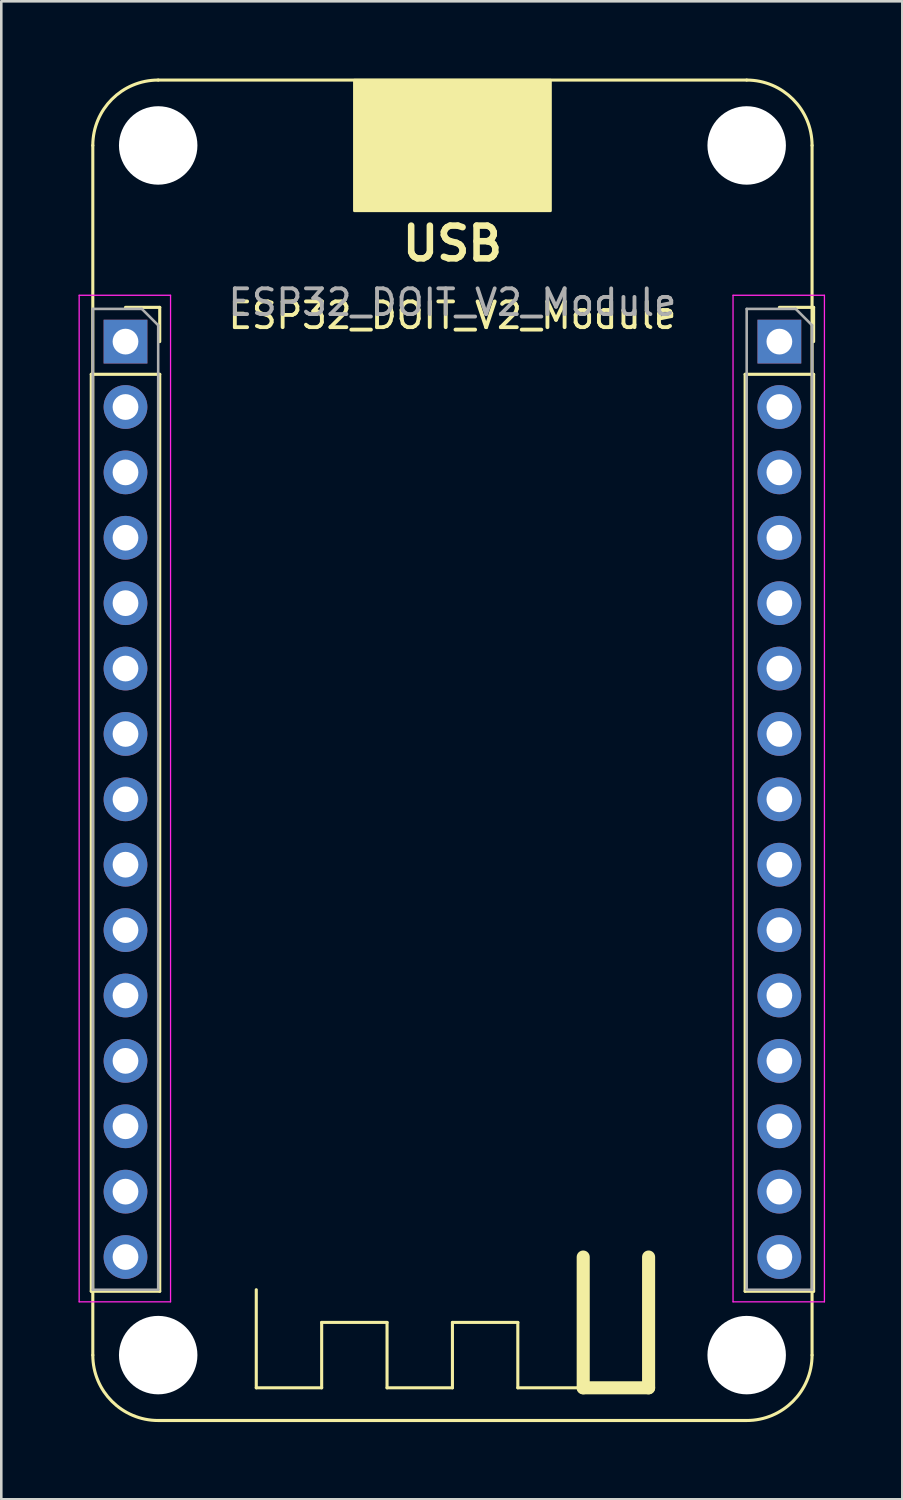
<source format=kicad_pcb>
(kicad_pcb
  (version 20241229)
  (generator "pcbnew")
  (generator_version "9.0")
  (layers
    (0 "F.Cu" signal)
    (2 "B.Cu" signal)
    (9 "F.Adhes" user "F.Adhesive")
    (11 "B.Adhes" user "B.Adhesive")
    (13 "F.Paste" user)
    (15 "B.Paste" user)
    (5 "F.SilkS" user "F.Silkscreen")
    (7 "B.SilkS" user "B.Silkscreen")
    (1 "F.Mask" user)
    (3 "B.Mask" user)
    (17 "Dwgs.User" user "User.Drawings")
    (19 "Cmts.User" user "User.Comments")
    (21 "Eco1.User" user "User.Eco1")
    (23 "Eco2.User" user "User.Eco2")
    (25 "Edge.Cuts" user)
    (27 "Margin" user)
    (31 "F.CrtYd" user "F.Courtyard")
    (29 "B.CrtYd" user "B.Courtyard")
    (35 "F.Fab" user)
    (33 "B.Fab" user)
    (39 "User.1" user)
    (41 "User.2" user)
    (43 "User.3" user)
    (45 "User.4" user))
  (footprint "ESP32_DOIT_V2_Module"
    (layer "F.Cu")
    (at 14.525 10.22)
    (property "Reference" "ESP32_DOIT_V2_Module" (at 0 -1.016 180) (layer "F.SilkS") (effects (font (size 1 1) (thickness 0.15))))
    (attr through_hole)
    (fp_line (start -14.03 1.27) (end -14.03 36.89) (stroke (width 0.12) (type solid)) (layer "F.SilkS"))
    (fp_line (start -14.03 1.27) (end -11.37 1.27) (stroke (width 0.12) (type solid)) (layer "F.SilkS"))
    (fp_line (start -14.03 36.89) (end -11.37 36.89) (stroke (width 0.12) (type solid)) (layer "F.SilkS"))
    (fp_line (start -13.97 -7.62) (end -13.97 39.37) (stroke (width 0.12) (type solid)) (layer "F.SilkS"))
    (fp_line (start -12.7 -1.33) (end -11.37 -1.33) (stroke (width 0.12) (type solid)) (layer "F.SilkS"))
    (fp_line (start -11.43 -10.16) (end 11.43 -10.16) (stroke (width 0.12) (type solid)) (layer "F.SilkS"))
    (fp_line (start -11.43 41.91) (end 11.43 41.91) (stroke (width 0.12) (type solid)) (layer "F.SilkS"))
    (fp_line (start -11.37 -1.33) (end -11.37 0) (stroke (width 0.12) (type solid)) (layer "F.SilkS"))
    (fp_line (start -11.37 1.27) (end -11.37 36.89) (stroke (width 0.12) (type solid)) (layer "F.SilkS"))
    (fp_line (start -7.62 40.64) (end -7.62 36.83) (stroke (width 0.12) (type solid)) (layer "F.SilkS"))
    (fp_line (start -5.08 38.1) (end -5.08 40.64) (stroke (width 0.12) (type solid)) (layer "F.SilkS"))
    (fp_line (start -5.08 40.64) (end -7.62 40.64) (stroke (width 0.12) (type solid)) (layer "F.SilkS"))
    (fp_line (start -2.54 38.1) (end -5.08 38.1) (stroke (width 0.12) (type solid)) (layer "F.SilkS"))
    (fp_line (start -2.54 40.64) (end -2.54 38.1) (stroke (width 0.12) (type solid)) (layer "F.SilkS"))
    (fp_line (start 0 38.1) (end 0 40.64) (stroke (width 0.12) (type solid)) (layer "F.SilkS"))
    (fp_line (start 0 40.64) (end -2.54 40.64) (stroke (width 0.12) (type solid)) (layer "F.SilkS"))
    (fp_line (start 2.54 38.1) (end 0 38.1) (stroke (width 0.12) (type solid)) (layer "F.SilkS"))
    (fp_line (start 2.54 40.64) (end 2.54 38.1) (stroke (width 0.12) (type solid)) (layer "F.SilkS"))
    (fp_line (start 5.08 40.64) (end 2.54 40.64) (stroke (width 0.12) (type solid)) (layer "F.SilkS"))
    (fp_line (start 5.08 40.64) (end 5.08 35.56) (stroke (width 0.508) (type solid)) (layer "F.SilkS"))
    (fp_line (start 7.62 35.56) (end 7.62 40.64) (stroke (width 0.508) (type solid)) (layer "F.SilkS"))
    (fp_line (start 7.62 40.64) (end 5.08 40.64) (stroke (width 0.508) (type solid)) (layer "F.SilkS"))
    (fp_line (start 11.37 1.27) (end 11.37 36.89) (stroke (width 0.12) (type solid)) (layer "F.SilkS"))
    (fp_line (start 11.37 1.27) (end 14.03 1.27) (stroke (width 0.12) (type solid)) (layer "F.SilkS"))
    (fp_line (start 11.37 36.89) (end 14.03 36.89) (stroke (width 0.12) (type solid)) (layer "F.SilkS"))
    (fp_line (start 12.7 -1.33) (end 14.03 -1.33) (stroke (width 0.12) (type solid)) (layer "F.SilkS"))
    (fp_line (start 13.97 39.37) (end 13.97 -7.62) (stroke (width 0.12) (type solid)) (layer "F.SilkS"))
    (fp_line (start 14.03 -1.33) (end 14.03 0) (stroke (width 0.12) (type solid)) (layer "F.SilkS"))
    (fp_line (start 14.03 1.27) (end 14.03 36.89) (stroke (width 0.12) (type solid)) (layer "F.SilkS"))
    (fp_arc (start -13.97 -7.62) (mid -13.226051 -9.416051) (end -11.43 -10.16) (stroke (width 0.12) (type solid)) (layer "F.SilkS"))
    (fp_arc (start -11.43 41.91) (mid -13.226051 41.166051) (end -13.97 39.37) (stroke (width 0.12) (type solid)) (layer "F.SilkS"))
    (fp_arc (start 11.43 -10.16) (mid 13.226051 -9.416051) (end 13.97 -7.62) (stroke (width 0.12) (type solid)) (layer "F.SilkS"))
    (fp_arc (start 13.97 39.37) (mid 13.226051 41.166051) (end 11.43 41.91) (stroke (width 0.12) (type solid)) (layer "F.SilkS"))
    (fp_poly (pts (xy 3.81 -5.08) (xy -3.81 -5.08) (xy -3.81 -10.16) (xy 3.81 -10.16)) (stroke (width 0.1) (type solid)) (fill yes) (layer "F.SilkS"))
    (fp_line (start -14.5 -1.8) (end -10.95 -1.8) (stroke (width 0.05) (type solid)) (layer "F.CrtYd"))
    (fp_line (start -14.5 37.3) (end -14.5 -1.8) (stroke (width 0.05) (type solid)) (layer "F.CrtYd"))
    (fp_line (start -10.95 -1.8) (end -10.95 37.3) (stroke (width 0.05) (type solid)) (layer "F.CrtYd"))
    (fp_line (start -10.95 37.3) (end -14.5 37.3) (stroke (width 0.05) (type solid)) (layer "F.CrtYd"))
    (fp_line (start 10.9 -1.8) (end 14.45 -1.8) (stroke (width 0.05) (type solid)) (layer "F.CrtYd"))
    (fp_line (start 10.9 37.3) (end 10.9 -1.8) (stroke (width 0.05) (type solid)) (layer "F.CrtYd"))
    (fp_line (start 14.45 -1.8) (end 14.45 37.3) (stroke (width 0.05) (type solid)) (layer "F.CrtYd"))
    (fp_line (start 14.45 37.3) (end 10.9 37.3) (stroke (width 0.05) (type solid)) (layer "F.CrtYd"))
    (fp_line (start -13.97 -1.27) (end -12.065 -1.27) (stroke (width 0.1) (type solid)) (layer "F.Fab"))
    (fp_line (start -13.97 36.83) (end -13.97 -1.27) (stroke (width 0.1) (type solid)) (layer "F.Fab"))
    (fp_line (start -12.065 -1.27) (end -11.43 -0.635) (stroke (width 0.1) (type solid)) (layer "F.Fab"))
    (fp_line (start -11.43 -0.635) (end -11.43 36.83) (stroke (width 0.1) (type solid)) (layer "F.Fab"))
    (fp_line (start -11.43 36.83) (end -13.97 36.83) (stroke (width 0.1) (type solid)) (layer "F.Fab"))
    (fp_line (start 11.43 -1.27) (end 13.335 -1.27) (stroke (width 0.1) (type solid)) (layer "F.Fab"))
    (fp_line (start 11.43 36.83) (end 11.43 -1.27) (stroke (width 0.1) (type solid)) (layer "F.Fab"))
    (fp_line (start 13.335 -1.27) (end 13.97 -0.635) (stroke (width 0.1) (type solid)) (layer "F.Fab"))
    (fp_line (start 13.97 -0.635) (end 13.97 36.83) (stroke (width 0.1) (type solid)) (layer "F.Fab"))
    (fp_line (start 13.97 36.83) (end 11.43 36.83) (stroke (width 0.1) (type solid)) (layer "F.Fab"))
    (fp_text user "USB" (at 0 -3.81 180) (layer "F.SilkS") (effects (font (size 1.27 1.27) (thickness 0.254))))
    (fp_text user "${REFERENCE}" (at 0 -1.524 0) (layer "F.Fab") (effects (font (size 1 1) (thickness 0.15))))
    (pad "" np_thru_hole circle (at -11.43 -7.62) (size 3.048 3.048) (drill 3.048) (layers "*.Cu" "*.Mask"))
    (pad "" np_thru_hole circle (at -11.43 39.37) (size 3.048 3.048) (drill 3.048) (layers "*.Cu" "*.Mask"))
    (pad "" np_thru_hole circle (at 11.43 -7.62) (size 3.048 3.048) (drill 3.048) (layers "*.Cu" "*.Mask"))
    (pad "" np_thru_hole circle (at 11.43 39.37) (size 3.048 3.048) (drill 3.048) (layers "*.Cu" "*.Mask"))
    (pad "1" thru_hole rect (at -12.7 0) (size 1.7 1.7) (drill 1) (layers "*.Cu" "*.Mask"))
    (pad "2" thru_hole oval (at -12.7 2.54) (size 1.7 1.7) (drill 1) (layers "*.Cu" "*.Mask"))
    (pad "3" thru_hole oval (at -12.7 5.08) (size 1.7 1.7) (drill 1) (layers "*.Cu" "*.Mask"))
    (pad "4" thru_hole oval (at -12.7 7.62) (size 1.7 1.7) (drill 1) (layers "*.Cu" "*.Mask"))
    (pad "5" thru_hole oval (at -12.7 10.16) (size 1.7 1.7) (drill 1) (layers "*.Cu" "*.Mask"))
    (pad "6" thru_hole oval (at -12.7 12.7) (size 1.7 1.7) (drill 1) (layers "*.Cu" "*.Mask"))
    (pad "7" thru_hole oval (at -12.7 15.24) (size 1.7 1.7) (drill 1) (layers "*.Cu" "*.Mask"))
    (pad "8" thru_hole oval (at -12.7 17.78) (size 1.7 1.7) (drill 1) (layers "*.Cu" "*.Mask"))
    (pad "9" thru_hole oval (at -12.7 20.32) (size 1.7 1.7) (drill 1) (layers "*.Cu" "*.Mask"))
    (pad "10" thru_hole oval (at -12.7 22.86) (size 1.7 1.7) (drill 1) (layers "*.Cu" "*.Mask"))
    (pad "11" thru_hole oval (at -12.7 25.4) (size 1.7 1.7) (drill 1) (layers "*.Cu" "*.Mask"))
    (pad "12" thru_hole oval (at -12.7 27.94) (size 1.7 1.7) (drill 1) (layers "*.Cu" "*.Mask"))
    (pad "13" thru_hole oval (at -12.7 30.48) (size 1.7 1.7) (drill 1) (layers "*.Cu" "*.Mask"))
    (pad "14" thru_hole oval (at -12.7 33.02) (size 1.7 1.7) (drill 1) (layers "*.Cu" "*.Mask"))
    (pad "15" thru_hole oval (at -12.7 35.56) (size 1.7 1.7) (drill 1) (layers "*.Cu" "*.Mask"))
    (pad "16" thru_hole oval (at 12.7 35.56) (size 1.7 1.7) (drill 1) (layers "*.Cu" "*.Mask"))
    (pad "17" thru_hole oval (at 12.7 33.02) (size 1.7 1.7) (drill 1) (layers "*.Cu" "*.Mask"))
    (pad "18" thru_hole oval (at 12.7 30.48) (size 1.7 1.7) (drill 1) (layers "*.Cu" "*.Mask"))
    (pad "19" thru_hole oval (at 12.7 27.94) (size 1.7 1.7) (drill 1) (layers "*.Cu" "*.Mask"))
    (pad "20" thru_hole oval (at 12.7 25.4) (size 1.7 1.7) (drill 1) (layers "*.Cu" "*.Mask"))
    (pad "21" thru_hole oval (at 12.7 22.86) (size 1.7 1.7) (drill 1) (layers "*.Cu" "*.Mask"))
    (pad "22" thru_hole oval (at 12.7 20.32) (size 1.7 1.7) (drill 1) (layers "*.Cu" "*.Mask"))
    (pad "23" thru_hole oval (at 12.7 17.78) (size 1.7 1.7) (drill 1) (layers "*.Cu" "*.Mask"))
    (pad "24" thru_hole oval (at 12.7 15.24) (size 1.7 1.7) (drill 1) (layers "*.Cu" "*.Mask"))
    (pad "25" thru_hole oval (at 12.7 12.7) (size 1.7 1.7) (drill 1) (layers "*.Cu" "*.Mask"))
    (pad "26" thru_hole oval (at 12.7 10.16) (size 1.7 1.7) (drill 1) (layers "*.Cu" "*.Mask"))
    (pad "27" thru_hole oval (at 12.7 7.62) (size 1.7 1.7) (drill 1) (layers "*.Cu" "*.Mask"))
    (pad "28" thru_hole oval (at 12.7 5.08) (size 1.7 1.7) (drill 1) (layers "*.Cu" "*.Mask"))
    (pad "29" thru_hole oval (at 12.7 2.54) (size 1.7 1.7) (drill 1) (layers "*.Cu" "*.Mask"))
    (pad "30" thru_hole rect (at 12.7 0) (size 1.7 1.7) (drill 1) (layers "*.Cu" "*.Mask")))
  (gr_rect
    (start -3 -3)
    (end 32 55.19)
    (stroke (width 0.1) (type default))
    (fill no)
    (layer "Edge.Cuts")))
</source>
